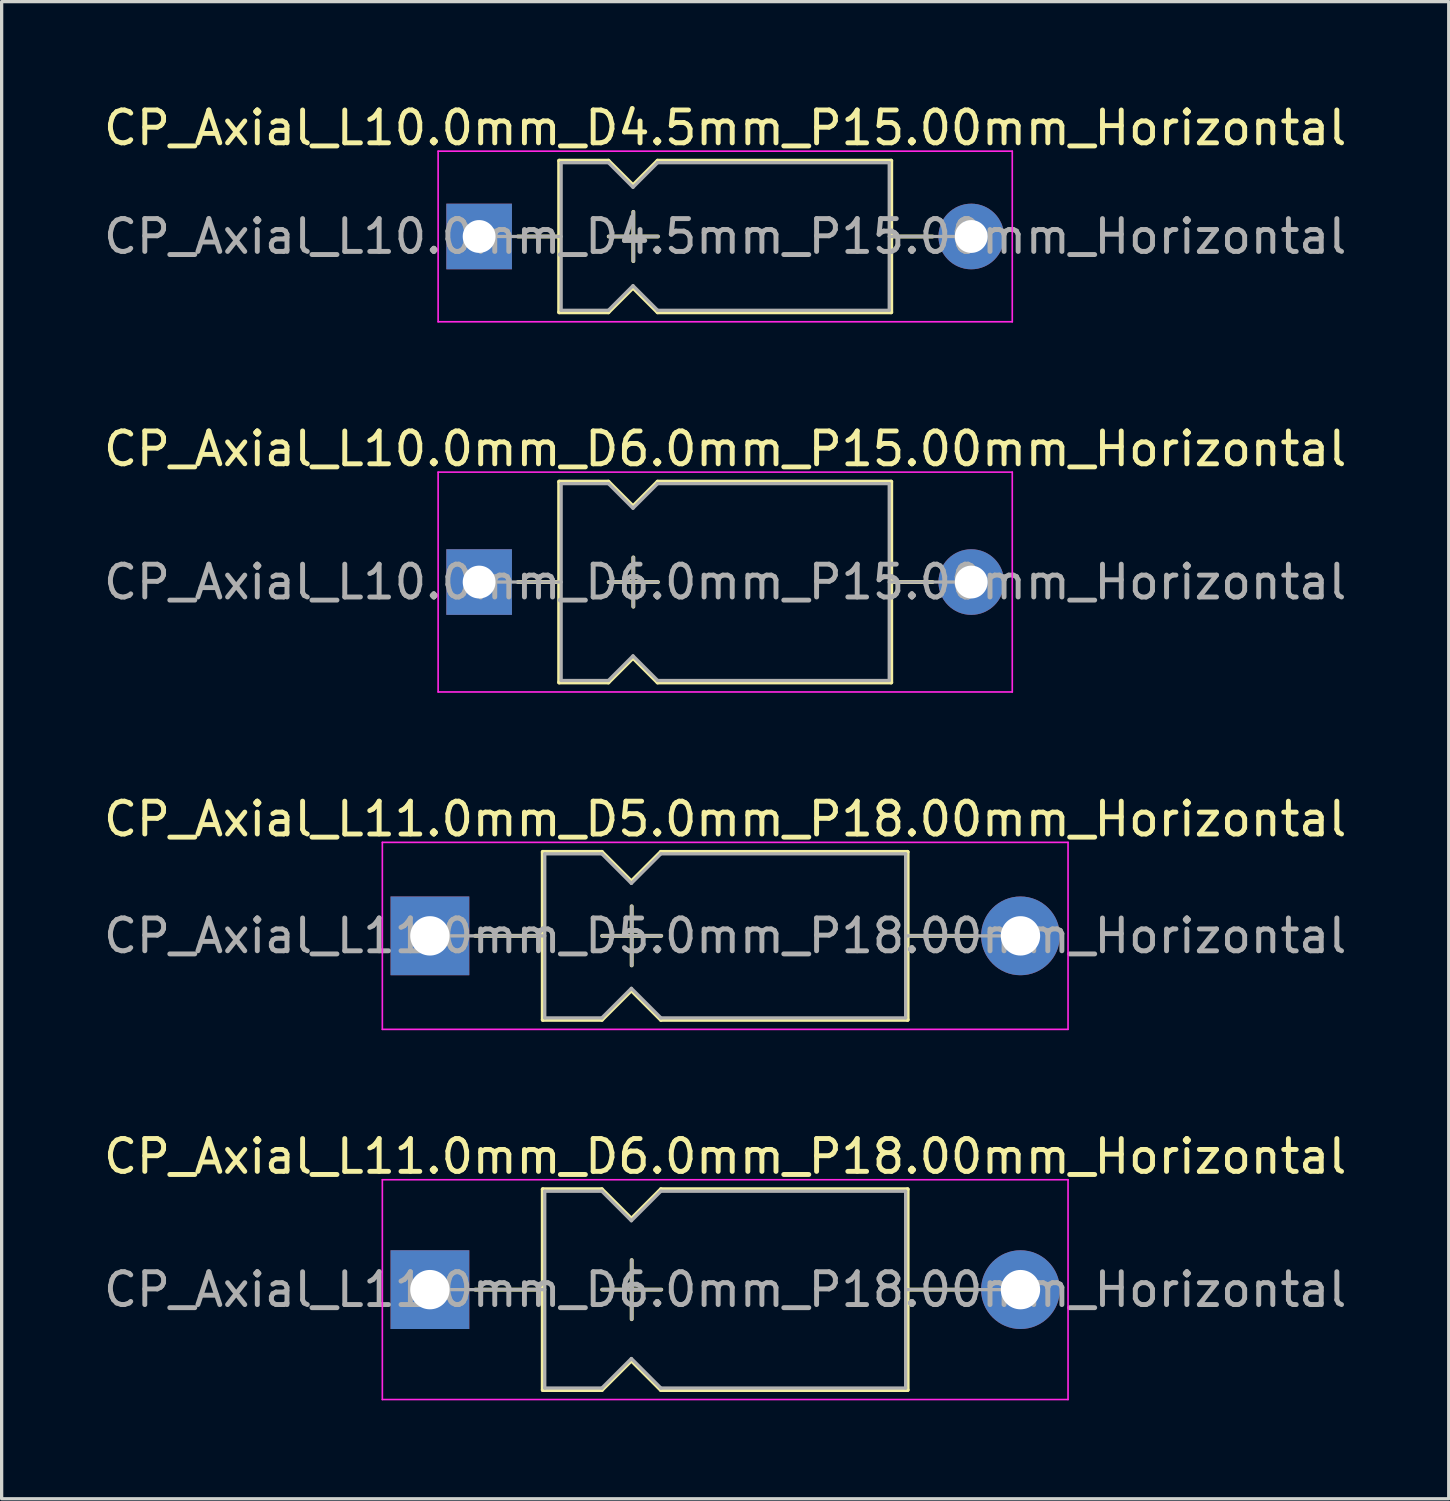
<source format=kicad_pcb>
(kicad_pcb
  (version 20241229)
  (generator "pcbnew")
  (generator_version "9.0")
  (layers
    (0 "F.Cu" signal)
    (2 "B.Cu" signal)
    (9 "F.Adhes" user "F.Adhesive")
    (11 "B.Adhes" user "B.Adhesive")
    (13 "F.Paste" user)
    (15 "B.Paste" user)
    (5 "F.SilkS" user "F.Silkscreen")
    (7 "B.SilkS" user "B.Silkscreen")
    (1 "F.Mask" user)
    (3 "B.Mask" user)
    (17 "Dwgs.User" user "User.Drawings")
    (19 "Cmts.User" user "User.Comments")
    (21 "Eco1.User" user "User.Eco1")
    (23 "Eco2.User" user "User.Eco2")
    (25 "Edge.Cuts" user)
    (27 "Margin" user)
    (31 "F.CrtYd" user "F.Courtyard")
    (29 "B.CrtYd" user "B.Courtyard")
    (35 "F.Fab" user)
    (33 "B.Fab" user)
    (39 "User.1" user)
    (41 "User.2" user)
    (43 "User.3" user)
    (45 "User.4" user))
  (footprint "CP_Axial_L11.0mm_D5.0mm_P18.00mm_Horizontal"
    (layer "F.Cu")
    (at 10.054 25.475)
    (property "Reference" "CP_Axial_L11.0mm_D5.0mm_P18.00mm_Horizontal" (at 9 -3.56 0) (layer "F.SilkS") (effects (font (size 1 1) (thickness 0.15))))
    (attr through_hole)
    (fp_line (start 1.38 0) (end 3.44 0) (stroke (width 0.12) (type solid)) (layer "F.SilkS"))
    (fp_line (start 3.44 -2.56) (end 3.44 2.56) (stroke (width 0.12) (type solid)) (layer "F.SilkS"))
    (fp_line (start 3.44 -2.56) (end 5.24 -2.56) (stroke (width 0.12) (type solid)) (layer "F.SilkS"))
    (fp_line (start 3.44 2.56) (end 5.24 2.56) (stroke (width 0.12) (type solid)) (layer "F.SilkS"))
    (fp_line (start 5.24 -2.56) (end 6.14 -1.66) (stroke (width 0.12) (type solid)) (layer "F.SilkS"))
    (fp_line (start 5.24 2.56) (end 6.14 1.66) (stroke (width 0.12) (type solid)) (layer "F.SilkS"))
    (fp_line (start 5.25 0) (end 7.05 0) (stroke (width 0.12) (type solid)) (layer "F.SilkS"))
    (fp_line (start 6.14 -1.66) (end 7.04 -2.56) (stroke (width 0.12) (type solid)) (layer "F.SilkS"))
    (fp_line (start 6.14 1.66) (end 7.04 2.56) (stroke (width 0.12) (type solid)) (layer "F.SilkS"))
    (fp_line (start 6.15 -0.9) (end 6.15 0.9) (stroke (width 0.12) (type solid)) (layer "F.SilkS"))
    (fp_line (start 7.04 -2.56) (end 14.56 -2.56) (stroke (width 0.12) (type solid)) (layer "F.SilkS"))
    (fp_line (start 7.04 2.56) (end 14.56 2.56) (stroke (width 0.12) (type solid)) (layer "F.SilkS"))
    (fp_line (start 14.56 -2.56) (end 14.56 2.56) (stroke (width 0.12) (type solid)) (layer "F.SilkS"))
    (fp_line (start 16.62 0) (end 14.56 0) (stroke (width 0.12) (type solid)) (layer "F.SilkS"))
    (fp_line (start -1.45 -2.85) (end -1.45 2.85) (stroke (width 0.05) (type solid)) (layer "F.CrtYd"))
    (fp_line (start -1.45 2.85) (end 19.45 2.85) (stroke (width 0.05) (type solid)) (layer "F.CrtYd"))
    (fp_line (start 19.45 -2.85) (end -1.45 -2.85) (stroke (width 0.05) (type solid)) (layer "F.CrtYd"))
    (fp_line (start 19.45 2.85) (end 19.45 -2.85) (stroke (width 0.05) (type solid)) (layer "F.CrtYd"))
    (fp_line (start 0 0) (end 3.5 0) (stroke (width 0.1) (type solid)) (layer "F.Fab"))
    (fp_line (start 3.5 -2.5) (end 3.5 2.5) (stroke (width 0.1) (type solid)) (layer "F.Fab"))
    (fp_line (start 3.5 -2.5) (end 5.24 -2.5) (stroke (width 0.1) (type solid)) (layer "F.Fab"))
    (fp_line (start 3.5 2.5) (end 5.24 2.5) (stroke (width 0.1) (type solid)) (layer "F.Fab"))
    (fp_line (start 5.24 -2.5) (end 6.14 -1.6) (stroke (width 0.1) (type solid)) (layer "F.Fab"))
    (fp_line (start 5.24 2.5) (end 6.14 1.6) (stroke (width 0.1) (type solid)) (layer "F.Fab"))
    (fp_line (start 5.25 0) (end 7.05 0) (stroke (width 0.1) (type solid)) (layer "F.Fab"))
    (fp_line (start 6.14 -1.6) (end 7.04 -2.5) (stroke (width 0.1) (type solid)) (layer "F.Fab"))
    (fp_line (start 6.14 1.6) (end 7.04 2.5) (stroke (width 0.1) (type solid)) (layer "F.Fab"))
    (fp_line (start 6.15 -0.9) (end 6.15 0.9) (stroke (width 0.1) (type solid)) (layer "F.Fab"))
    (fp_line (start 7.04 -2.5) (end 14.5 -2.5) (stroke (width 0.1) (type solid)) (layer "F.Fab"))
    (fp_line (start 7.04 2.5) (end 14.5 2.5) (stroke (width 0.1) (type solid)) (layer "F.Fab"))
    (fp_line (start 14.5 -2.5) (end 14.5 2.5) (stroke (width 0.1) (type solid)) (layer "F.Fab"))
    (fp_line (start 18 0) (end 14.5 0) (stroke (width 0.1) (type solid)) (layer "F.Fab"))
    (fp_text user "${REFERENCE}" (at 9 0 0) (layer "F.Fab") (effects (font (size 1 1) (thickness 0.15))))
    (pad "1" thru_hole rect (at 0 0) (size 2.4 2.4) (drill 1.2) (layers "*.Cu" "*.Mask"))
    (pad "2" thru_hole oval (at 18 0) (size 2.4 2.4) (drill 1.2) (layers "*.Cu" "*.Mask")))
  (footprint "CP_Axial_L10.0mm_D4.5mm_P15.00mm_Horizontal"
    (layer "F.Cu")
    (at 11.554 4.158)
    (property "Reference" "CP_Axial_L10.0mm_D4.5mm_P15.00mm_Horizontal" (at 7.5 -3.31 0) (layer "F.SilkS") (effects (font (size 1 1) (thickness 0.15))))
    (attr through_hole)
    (fp_line (start 1.18 0) (end 2.44 0) (stroke (width 0.12) (type solid)) (layer "F.SilkS"))
    (fp_line (start 2.44 -2.31) (end 2.44 2.31) (stroke (width 0.12) (type solid)) (layer "F.SilkS"))
    (fp_line (start 2.44 -2.31) (end 3.94 -2.31) (stroke (width 0.12) (type solid)) (layer "F.SilkS"))
    (fp_line (start 2.44 2.31) (end 3.94 2.31) (stroke (width 0.12) (type solid)) (layer "F.SilkS"))
    (fp_line (start 3.94 -2.31) (end 4.69 -1.56) (stroke (width 0.12) (type solid)) (layer "F.SilkS"))
    (fp_line (start 3.94 2.31) (end 4.69 1.56) (stroke (width 0.12) (type solid)) (layer "F.SilkS"))
    (fp_line (start 3.95 0) (end 5.45 0) (stroke (width 0.12) (type solid)) (layer "F.SilkS"))
    (fp_line (start 4.69 -1.56) (end 5.44 -2.31) (stroke (width 0.12) (type solid)) (layer "F.SilkS"))
    (fp_line (start 4.69 1.56) (end 5.44 2.31) (stroke (width 0.12) (type solid)) (layer "F.SilkS"))
    (fp_line (start 4.7 -0.75) (end 4.7 0.75) (stroke (width 0.12) (type solid)) (layer "F.SilkS"))
    (fp_line (start 5.44 -2.31) (end 12.56 -2.31) (stroke (width 0.12) (type solid)) (layer "F.SilkS"))
    (fp_line (start 5.44 2.31) (end 12.56 2.31) (stroke (width 0.12) (type solid)) (layer "F.SilkS"))
    (fp_line (start 12.56 -2.31) (end 12.56 2.31) (stroke (width 0.12) (type solid)) (layer "F.SilkS"))
    (fp_line (start 13.82 0) (end 12.56 0) (stroke (width 0.12) (type solid)) (layer "F.SilkS"))
    (fp_line (start -1.25 -2.6) (end -1.25 2.6) (stroke (width 0.05) (type solid)) (layer "F.CrtYd"))
    (fp_line (start -1.25 2.6) (end 16.25 2.6) (stroke (width 0.05) (type solid)) (layer "F.CrtYd"))
    (fp_line (start 16.25 -2.6) (end -1.25 -2.6) (stroke (width 0.05) (type solid)) (layer "F.CrtYd"))
    (fp_line (start 16.25 2.6) (end 16.25 -2.6) (stroke (width 0.05) (type solid)) (layer "F.CrtYd"))
    (fp_line (start 0 0) (end 2.5 0) (stroke (width 0.1) (type solid)) (layer "F.Fab"))
    (fp_line (start 2.5 -2.25) (end 2.5 2.25) (stroke (width 0.1) (type solid)) (layer "F.Fab"))
    (fp_line (start 2.5 -2.25) (end 3.94 -2.25) (stroke (width 0.1) (type solid)) (layer "F.Fab"))
    (fp_line (start 2.5 2.25) (end 3.94 2.25) (stroke (width 0.1) (type solid)) (layer "F.Fab"))
    (fp_line (start 3.94 -2.25) (end 4.69 -1.5) (stroke (width 0.1) (type solid)) (layer "F.Fab"))
    (fp_line (start 3.94 2.25) (end 4.69 1.5) (stroke (width 0.1) (type solid)) (layer "F.Fab"))
    (fp_line (start 3.95 0) (end 5.45 0) (stroke (width 0.1) (type solid)) (layer "F.Fab"))
    (fp_line (start 4.69 -1.5) (end 5.44 -2.25) (stroke (width 0.1) (type solid)) (layer "F.Fab"))
    (fp_line (start 4.69 1.5) (end 5.44 2.25) (stroke (width 0.1) (type solid)) (layer "F.Fab"))
    (fp_line (start 4.7 -0.75) (end 4.7 0.75) (stroke (width 0.1) (type solid)) (layer "F.Fab"))
    (fp_line (start 5.44 -2.25) (end 12.5 -2.25) (stroke (width 0.1) (type solid)) (layer "F.Fab"))
    (fp_line (start 5.44 2.25) (end 12.5 2.25) (stroke (width 0.1) (type solid)) (layer "F.Fab"))
    (fp_line (start 12.5 -2.25) (end 12.5 2.25) (stroke (width 0.1) (type solid)) (layer "F.Fab"))
    (fp_line (start 15 0) (end 12.5 0) (stroke (width 0.1) (type solid)) (layer "F.Fab"))
    (fp_text user "${REFERENCE}" (at 7.5 0 0) (layer "F.Fab") (effects (font (size 1 1) (thickness 0.15))))
    (pad "1" thru_hole rect (at 0 0) (size 2 2) (drill 1) (layers "*.Cu" "*.Mask"))
    (pad "2" thru_hole oval (at 15 0) (size 2 2) (drill 1) (layers "*.Cu" "*.Mask")))
  (footprint "CP_Axial_L10.0mm_D6.0mm_P15.00mm_Horizontal"
    (layer "F.Cu")
    (at 11.554 14.691)
    (property "Reference" "CP_Axial_L10.0mm_D6.0mm_P15.00mm_Horizontal" (at 7.5 -4.06 0) (layer "F.SilkS") (effects (font (size 1 1) (thickness 0.15))))
    (attr through_hole)
    (fp_line (start 1.18 0) (end 2.44 0) (stroke (width 0.12) (type solid)) (layer "F.SilkS"))
    (fp_line (start 2.44 -3.06) (end 2.44 3.06) (stroke (width 0.12) (type solid)) (layer "F.SilkS"))
    (fp_line (start 2.44 -3.06) (end 3.94 -3.06) (stroke (width 0.12) (type solid)) (layer "F.SilkS"))
    (fp_line (start 2.44 3.06) (end 3.94 3.06) (stroke (width 0.12) (type solid)) (layer "F.SilkS"))
    (fp_line (start 3.94 -3.06) (end 4.69 -2.31) (stroke (width 0.12) (type solid)) (layer "F.SilkS"))
    (fp_line (start 3.94 3.06) (end 4.69 2.31) (stroke (width 0.12) (type solid)) (layer "F.SilkS"))
    (fp_line (start 3.95 0) (end 5.45 0) (stroke (width 0.12) (type solid)) (layer "F.SilkS"))
    (fp_line (start 4.69 -2.31) (end 5.44 -3.06) (stroke (width 0.12) (type solid)) (layer "F.SilkS"))
    (fp_line (start 4.69 2.31) (end 5.44 3.06) (stroke (width 0.12) (type solid)) (layer "F.SilkS"))
    (fp_line (start 4.7 -0.75) (end 4.7 0.75) (stroke (width 0.12) (type solid)) (layer "F.SilkS"))
    (fp_line (start 5.44 -3.06) (end 12.56 -3.06) (stroke (width 0.12) (type solid)) (layer "F.SilkS"))
    (fp_line (start 5.44 3.06) (end 12.56 3.06) (stroke (width 0.12) (type solid)) (layer "F.SilkS"))
    (fp_line (start 12.56 -3.06) (end 12.56 3.06) (stroke (width 0.12) (type solid)) (layer "F.SilkS"))
    (fp_line (start 13.82 0) (end 12.56 0) (stroke (width 0.12) (type solid)) (layer "F.SilkS"))
    (fp_line (start -1.25 -3.35) (end -1.25 3.35) (stroke (width 0.05) (type solid)) (layer "F.CrtYd"))
    (fp_line (start -1.25 3.35) (end 16.25 3.35) (stroke (width 0.05) (type solid)) (layer "F.CrtYd"))
    (fp_line (start 16.25 -3.35) (end -1.25 -3.35) (stroke (width 0.05) (type solid)) (layer "F.CrtYd"))
    (fp_line (start 16.25 3.35) (end 16.25 -3.35) (stroke (width 0.05) (type solid)) (layer "F.CrtYd"))
    (fp_line (start 0 0) (end 2.5 0) (stroke (width 0.1) (type solid)) (layer "F.Fab"))
    (fp_line (start 2.5 -3) (end 2.5 3) (stroke (width 0.1) (type solid)) (layer "F.Fab"))
    (fp_line (start 2.5 -3) (end 3.94 -3) (stroke (width 0.1) (type solid)) (layer "F.Fab"))
    (fp_line (start 2.5 3) (end 3.94 3) (stroke (width 0.1) (type solid)) (layer "F.Fab"))
    (fp_line (start 3.94 -3) (end 4.69 -2.25) (stroke (width 0.1) (type solid)) (layer "F.Fab"))
    (fp_line (start 3.94 3) (end 4.69 2.25) (stroke (width 0.1) (type solid)) (layer "F.Fab"))
    (fp_line (start 3.95 0) (end 5.45 0) (stroke (width 0.1) (type solid)) (layer "F.Fab"))
    (fp_line (start 4.69 -2.25) (end 5.44 -3) (stroke (width 0.1) (type solid)) (layer "F.Fab"))
    (fp_line (start 4.69 2.25) (end 5.44 3) (stroke (width 0.1) (type solid)) (layer "F.Fab"))
    (fp_line (start 4.7 -0.75) (end 4.7 0.75) (stroke (width 0.1) (type solid)) (layer "F.Fab"))
    (fp_line (start 5.44 -3) (end 12.5 -3) (stroke (width 0.1) (type solid)) (layer "F.Fab"))
    (fp_line (start 5.44 3) (end 12.5 3) (stroke (width 0.1) (type solid)) (layer "F.Fab"))
    (fp_line (start 12.5 -3) (end 12.5 3) (stroke (width 0.1) (type solid)) (layer "F.Fab"))
    (fp_line (start 15 0) (end 12.5 0) (stroke (width 0.1) (type solid)) (layer "F.Fab"))
    (fp_text user "${REFERENCE}" (at 7.5 0 0) (layer "F.Fab") (effects (font (size 1 1) (thickness 0.15))))
    (pad "1" thru_hole rect (at 0 0) (size 2 2) (drill 1) (layers "*.Cu" "*.Mask"))
    (pad "2" thru_hole oval (at 15 0) (size 2 2) (drill 1) (layers "*.Cu" "*.Mask")))
  (footprint "CP_Axial_L11.0mm_D6.0mm_P18.00mm_Horizontal"
    (layer "F.Cu")
    (at 10.054 36.258)
    (property "Reference" "CP_Axial_L11.0mm_D6.0mm_P18.00mm_Horizontal" (at 9 -4.06 0) (layer "F.SilkS") (effects (font (size 1 1) (thickness 0.15))))
    (attr through_hole)
    (fp_line (start 1.38 0) (end 3.44 0) (stroke (width 0.12) (type solid)) (layer "F.SilkS"))
    (fp_line (start 3.44 -3.06) (end 3.44 3.06) (stroke (width 0.12) (type solid)) (layer "F.SilkS"))
    (fp_line (start 3.44 -3.06) (end 5.24 -3.06) (stroke (width 0.12) (type solid)) (layer "F.SilkS"))
    (fp_line (start 3.44 3.06) (end 5.24 3.06) (stroke (width 0.12) (type solid)) (layer "F.SilkS"))
    (fp_line (start 5.24 -3.06) (end 6.14 -2.16) (stroke (width 0.12) (type solid)) (layer "F.SilkS"))
    (fp_line (start 5.24 3.06) (end 6.14 2.16) (stroke (width 0.12) (type solid)) (layer "F.SilkS"))
    (fp_line (start 5.25 0) (end 7.05 0) (stroke (width 0.12) (type solid)) (layer "F.SilkS"))
    (fp_line (start 6.14 -2.16) (end 7.04 -3.06) (stroke (width 0.12) (type solid)) (layer "F.SilkS"))
    (fp_line (start 6.14 2.16) (end 7.04 3.06) (stroke (width 0.12) (type solid)) (layer "F.SilkS"))
    (fp_line (start 6.15 -0.9) (end 6.15 0.9) (stroke (width 0.12) (type solid)) (layer "F.SilkS"))
    (fp_line (start 7.04 -3.06) (end 14.56 -3.06) (stroke (width 0.12) (type solid)) (layer "F.SilkS"))
    (fp_line (start 7.04 3.06) (end 14.56 3.06) (stroke (width 0.12) (type solid)) (layer "F.SilkS"))
    (fp_line (start 14.56 -3.06) (end 14.56 3.06) (stroke (width 0.12) (type solid)) (layer "F.SilkS"))
    (fp_line (start 16.62 0) (end 14.56 0) (stroke (width 0.12) (type solid)) (layer "F.SilkS"))
    (fp_line (start -1.45 -3.35) (end -1.45 3.35) (stroke (width 0.05) (type solid)) (layer "F.CrtYd"))
    (fp_line (start -1.45 3.35) (end 19.45 3.35) (stroke (width 0.05) (type solid)) (layer "F.CrtYd"))
    (fp_line (start 19.45 -3.35) (end -1.45 -3.35) (stroke (width 0.05) (type solid)) (layer "F.CrtYd"))
    (fp_line (start 19.45 3.35) (end 19.45 -3.35) (stroke (width 0.05) (type solid)) (layer "F.CrtYd"))
    (fp_line (start 0 0) (end 3.5 0) (stroke (width 0.1) (type solid)) (layer "F.Fab"))
    (fp_line (start 3.5 -3) (end 3.5 3) (stroke (width 0.1) (type solid)) (layer "F.Fab"))
    (fp_line (start 3.5 -3) (end 5.24 -3) (stroke (width 0.1) (type solid)) (layer "F.Fab"))
    (fp_line (start 3.5 3) (end 5.24 3) (stroke (width 0.1) (type solid)) (layer "F.Fab"))
    (fp_line (start 5.24 -3) (end 6.14 -2.1) (stroke (width 0.1) (type solid)) (layer "F.Fab"))
    (fp_line (start 5.24 3) (end 6.14 2.1) (stroke (width 0.1) (type solid)) (layer "F.Fab"))
    (fp_line (start 5.25 0) (end 7.05 0) (stroke (width 0.1) (type solid)) (layer "F.Fab"))
    (fp_line (start 6.14 -2.1) (end 7.04 -3) (stroke (width 0.1) (type solid)) (layer "F.Fab"))
    (fp_line (start 6.14 2.1) (end 7.04 3) (stroke (width 0.1) (type solid)) (layer "F.Fab"))
    (fp_line (start 6.15 -0.9) (end 6.15 0.9) (stroke (width 0.1) (type solid)) (layer "F.Fab"))
    (fp_line (start 7.04 -3) (end 14.5 -3) (stroke (width 0.1) (type solid)) (layer "F.Fab"))
    (fp_line (start 7.04 3) (end 14.5 3) (stroke (width 0.1) (type solid)) (layer "F.Fab"))
    (fp_line (start 14.5 -3) (end 14.5 3) (stroke (width 0.1) (type solid)) (layer "F.Fab"))
    (fp_line (start 18 0) (end 14.5 0) (stroke (width 0.1) (type solid)) (layer "F.Fab"))
    (fp_text user "${REFERENCE}" (at 9 0 0) (layer "F.Fab") (effects (font (size 1 1) (thickness 0.15))))
    (pad "1" thru_hole rect (at 0 0) (size 2.4 2.4) (drill 1.2) (layers "*.Cu" "*.Mask"))
    (pad "2" thru_hole oval (at 18 0) (size 2.4 2.4) (drill 1.2) (layers "*.Cu" "*.Mask")))
  (gr_rect
    (start -3 -3)
    (end 41.107 42.633)
    (stroke (width 0.1) (type default))
    (fill no)
    (layer "Edge.Cuts")))
</source>
